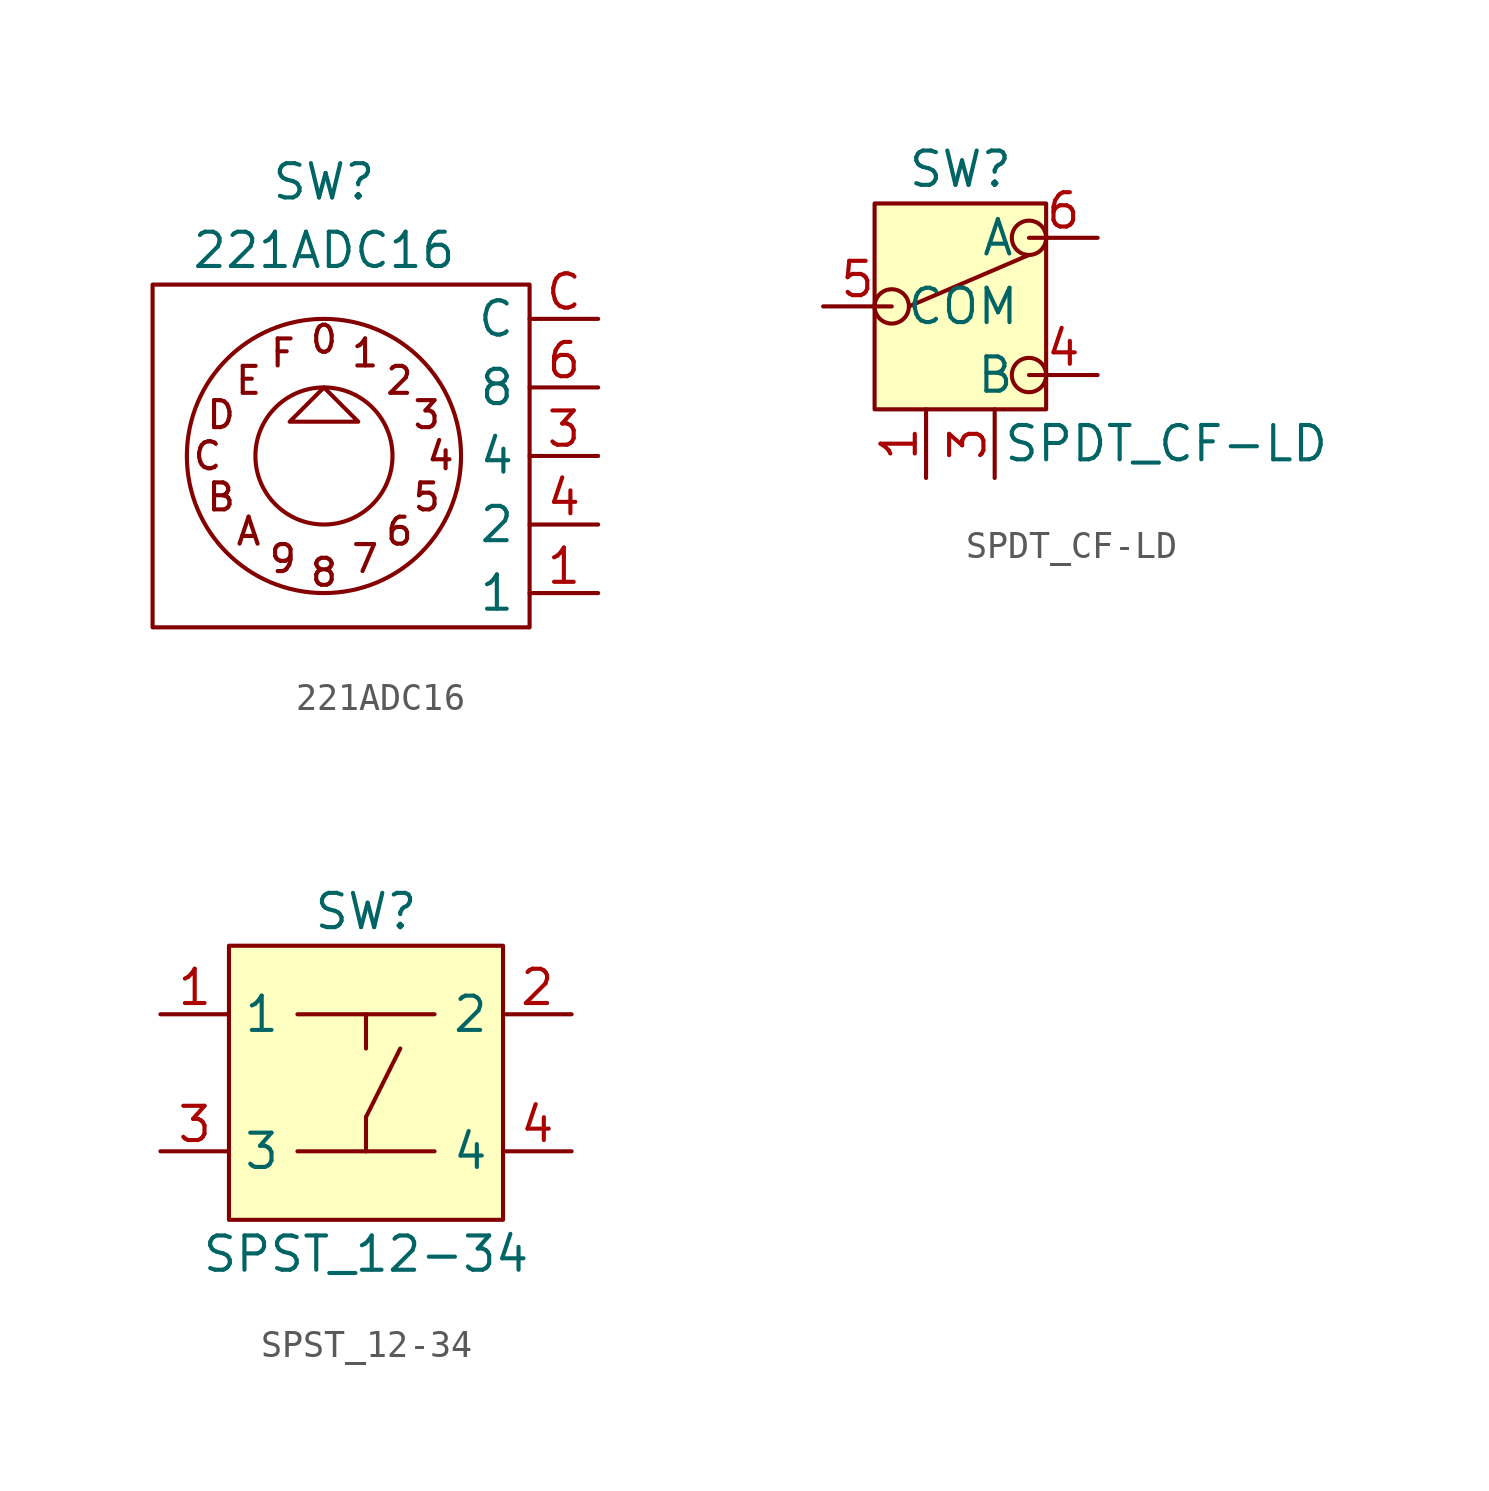
<source format=kicad_sym>
(kicad_symbol_lib
  (version 20211014)
  (generator kicad_symbol_editor)
  (symbol "221ADC16"
    (property "Reference" "SW"
      (at 0 10.16 0)
      (effects (font (size 1.27 1.27))))
    (property "Value" "221ADC16"
      (at 0 7.62 0)
      (effects (font (size 1.27 1.27))))
    (symbol "221ADC16_0_0"
      (polyline (pts (xy -1.27 1.27) (xy 1.27 1.27) (xy 0 2.54) (xy -1.27 1.27)) (stroke (width 0) (type default) (color 0 0 0 0)) (fill (type none)))
      (circle (center 0 0) (radius 2.54) (stroke (width 0) (type default) (color 0 0 0 0)) (fill (type none)))
      (text "0" (at 0 4.318 0) (effects (font (size 1 1))))
      (text "1" (at 1.524 3.81 0) (effects (font (size 1 1))))
      (text "2" (at 2.794 2.794 0) (effects (font (size 1 1))))
      (text "3" (at 3.81 1.524 0) (effects (font (size 1 1))))
      (text "4" (at 4.318 0 0) (effects (font (size 1 1))))
      (text "5" (at 3.81 -1.524 0) (effects (font (size 1 1))))
      (text "6" (at 2.794 -2.794 0) (effects (font (size 1 1))))
      (text "7" (at 1.524 -3.81 0) (effects (font (size 1 1))))
      (text "8" (at 0 -4.318 0) (effects (font (size 1 1))))
      (text "9" (at -1.524 -3.81 0) (effects (font (size 1 1))))
      (text "A" (at -2.794 -2.794 0) (effects (font (size 1 1))))
      (text "B" (at -3.81 -1.524 0) (effects (font (size 1 1))))
      (text "C" (at -4.318 0 0) (effects (font (size 1 1))))
      (text "D" (at -3.81 1.524 0) (effects (font (size 1 1))))
      (text "E" (at -2.794 2.794 0) (effects (font (size 1 1))))
      (text "F" (at -1.524 3.81 0) (effects (font (size 1 1)))))
    (symbol "221ADC16_0_1"
      (rectangle (start -6.35 6.35) (end 7.62 -6.35) (stroke (width 0) (type default) (color 0 0 0 0)) (fill (type none)))
      (circle (center 0 0) (radius 5.08) (stroke (width 0) (type default) (color 0 0 0 0)) (fill (type none))))
    (symbol "221ADC16_1_1"
      (pin passive line (at 10.16 -5.08 180) (length 2.54) (name "1" (effects (font (size 1.27 1.27)))) (number "1" (effects (font (size 1.27 1.27)))))
      (pin passive line (at 10.16 0 180) (length 2.54) (name "4" (effects (font (size 1.27 1.27)))) (number "3" (effects (font (size 1.27 1.27)))))
      (pin passive line (at 10.16 -2.54 180) (length 2.54) (name "2" (effects (font (size 1.27 1.27)))) (number "4" (effects (font (size 1.27 1.27)))))
      (pin passive line (at 10.16 2.54 180) (length 2.54) (name "8" (effects (font (size 1.27 1.27)))) (number "6" (effects (font (size 1.27 1.27)))))
      (pin passive line (at 10.16 5.08 180) (length 2.54) (name "C" (effects (font (size 1.27 1.27)))) (number "C" (effects (font (size 1.27 1.27)))))))
  (symbol "SPDT_CF-LD"
    (property "Reference" "SW"
      (at 0 5.08 0)
      (effects (font (size 1.27 1.27))))
    (property "Value" "SPDT_CF-LD"
      (at 7.62 -5.08 0)
      (effects (font (size 1.27 1.27))))
    (symbol "SPDT_CF-LD_0_1"
      (rectangle (start -3.175 3.81) (end 3.175 -3.81) (stroke (width 0.152) (type default) (color 0 0 0 0)) (fill (type background)))
      (circle (center -2.54 0) (radius 0.635) (stroke (width 0.152) (type default) (color 0 0 0 0)) (fill (type none)))
      (polyline (pts (xy -1.905 0) (xy 2.54 1.905)) (stroke (width 0) (type default) (color 0 0 0 0)) (fill (type none)))
      (circle (center 2.54 -2.54) (radius 0.635) (stroke (width 0.152) (type default) (color 0 0 0 0)) (fill (type none)))
      (circle (center 2.54 2.54) (radius 0.635) (stroke (width 0.152) (type default) (color 0 0 0 0)) (fill (type none))))
    (symbol "SPDT_CF-LD_1_1"
      (pin passive line (at -1.27 -6.35 90) (length 2.54) (name "" (effects (font (size 1.27 1.27)))) (number "1" (effects (font (size 1.27 1.27)))))
      (pin passive line (at 1.27 -6.35 90) (length 2.54) (name "" (effects (font (size 1.27 1.27)))) (number "3" (effects (font (size 1.27 1.27)))))
      (pin passive line (at 5.08 -2.54 180) (length 2.54) (name "B" (effects (font (size 1.27 1.27)))) (number "4" (effects (font (size 1.27 1.27)))))
      (pin passive line (at -5.08 0 0) (length 2.54) (name "COM" (effects (font (size 1.27 1.27)))) (number "5" (effects (font (size 1.27 1.27)))))
      (pin passive line (at 5.08 2.54 180) (length 2.54) (name "A" (effects (font (size 1.27 1.27)))) (number "6" (effects (font (size 1.27 1.27)))))))
  (symbol "SPST_12-34"
    (property "Reference" "SW"
      (at 0 6.35 0)
      (effects (font (size 1.27 1.27))))
    (property "Value" "SPST_12-34"
      (at 0 -6.35 0)
      (effects (font (size 1.27 1.27))))
    (symbol "SPST_12-34_0_1"
      (rectangle (start -5.08 5.08) (end 5.08 -5.08) (stroke (width 0) (type default) (color 0 0 0 0)) (fill (type background)))
      (polyline (pts (xy -2.54 -2.54) (xy 2.54 -2.54)) (stroke (width 0) (type default) (color 0 0 0 0)) (fill (type none)))
      (polyline (pts (xy 0 -2.54) (xy 0 -1.27)) (stroke (width 0) (type default) (color 0 0 0 0)) (fill (type none)))
      (polyline (pts (xy 0 -1.27) (xy 1.27 1.27)) (stroke (width 0) (type default) (color 0 0 0 0)) (fill (type none)))
      (polyline (pts (xy 0 2.54) (xy 0 1.27)) (stroke (width 0) (type default) (color 0 0 0 0)) (fill (type none)))
      (polyline (pts (xy 2.54 2.54) (xy -2.54 2.54)) (stroke (width 0) (type default) (color 0 0 0 0)) (fill (type none))))
    (symbol "SPST_12-34_1_1"
      (pin passive line (at -7.62 2.54 0) (length 2.54) (name "1" (effects (font (size 1.27 1.27)))) (number "1" (effects (font (size 1.27 1.27)))))
      (pin passive line (at 7.62 2.54 180) (length 2.54) (name "2" (effects (font (size 1.27 1.27)))) (number "2" (effects (font (size 1.27 1.27)))))
      (pin passive line (at -7.62 -2.54 0) (length 2.54) (name "3" (effects (font (size 1.27 1.27)))) (number "3" (effects (font (size 1.27 1.27)))))
      (pin passive line (at 7.62 -2.54 180) (length 2.54) (name "4" (effects (font (size 1.27 1.27)))) (number "4" (effects (font (size 1.27 1.27))))))))
</source>
